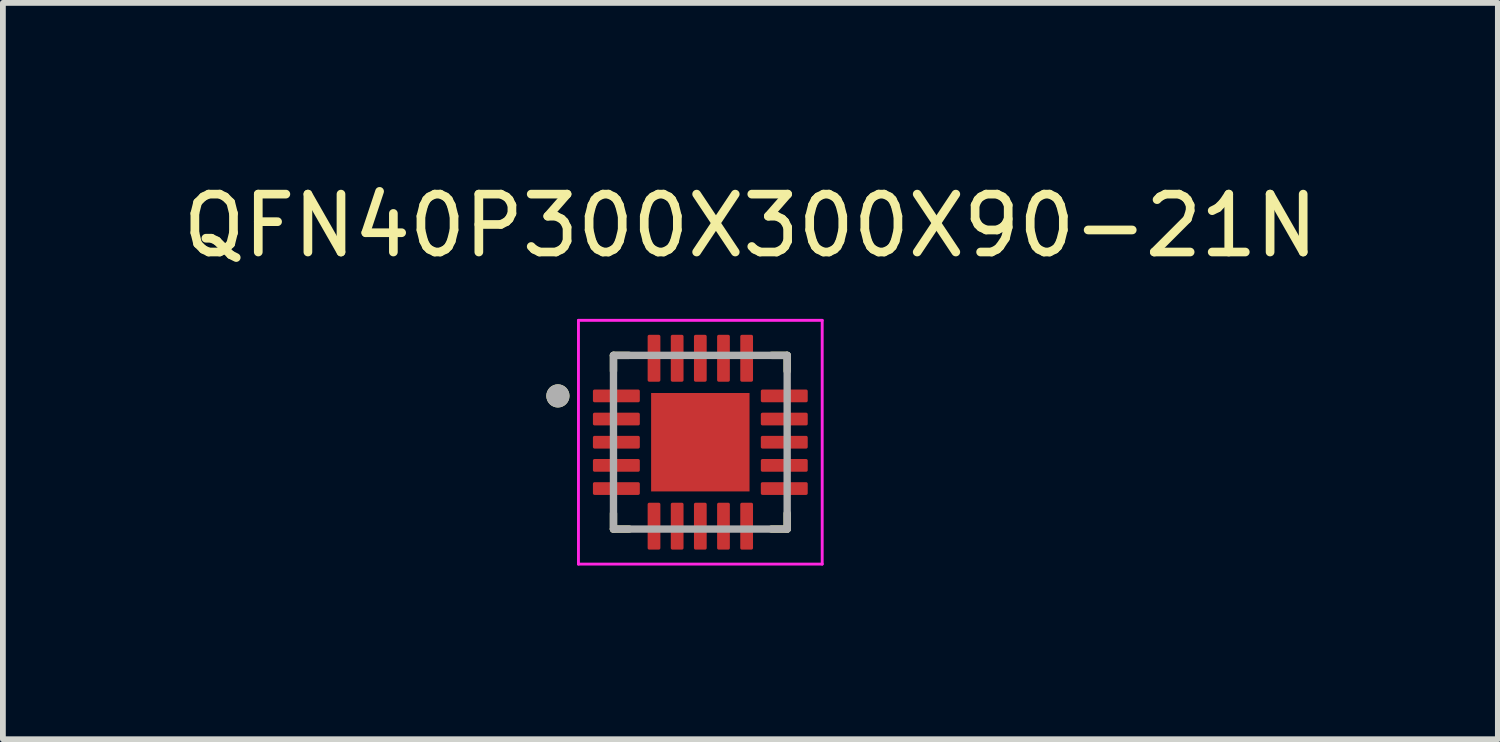
<source format=kicad_pcb>
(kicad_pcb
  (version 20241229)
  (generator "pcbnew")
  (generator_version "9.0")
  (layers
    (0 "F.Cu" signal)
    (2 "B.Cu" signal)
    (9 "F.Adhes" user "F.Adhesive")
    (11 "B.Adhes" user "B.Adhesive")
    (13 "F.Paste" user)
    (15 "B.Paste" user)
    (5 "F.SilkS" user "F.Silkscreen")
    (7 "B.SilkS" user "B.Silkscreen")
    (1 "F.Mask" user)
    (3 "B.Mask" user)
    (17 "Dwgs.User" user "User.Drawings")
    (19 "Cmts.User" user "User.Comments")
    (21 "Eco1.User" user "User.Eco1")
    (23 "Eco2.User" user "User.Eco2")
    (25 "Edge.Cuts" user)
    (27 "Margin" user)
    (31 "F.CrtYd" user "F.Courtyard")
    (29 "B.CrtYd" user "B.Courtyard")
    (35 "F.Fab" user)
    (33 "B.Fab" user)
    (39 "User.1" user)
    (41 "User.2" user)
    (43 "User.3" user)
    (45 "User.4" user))
  (footprint "QFN40P300X300X90-21N"
    (layer "F.Cu")
    (at 9.046 4.588)
    (property "Reference" "QFN40P300X300X90-21N" (at 0.865 -3.74 0) (layer "F.SilkS") (effects (font (size 1 1) (thickness 0.15))))
    (attr smd)
    (fp_line (start -1.5 -1.5) (end -1.5 -1.23) (stroke (width 0.127) (type solid)) (layer "F.SilkS"))
    (fp_line (start -1.5 -1.5) (end -1.23 -1.5) (stroke (width 0.127) (type solid)) (layer "F.SilkS"))
    (fp_line (start -1.5 1.5) (end -1.5 1.23) (stroke (width 0.127) (type solid)) (layer "F.SilkS"))
    (fp_line (start -1.5 1.5) (end -1.23 1.5) (stroke (width 0.127) (type solid)) (layer "F.SilkS"))
    (fp_line (start 1.5 -1.5) (end 1.23 -1.5) (stroke (width 0.127) (type solid)) (layer "F.SilkS"))
    (fp_line (start 1.5 -1.5) (end 1.5 -1.23) (stroke (width 0.127) (type solid)) (layer "F.SilkS"))
    (fp_line (start 1.5 1.5) (end 1.23 1.5) (stroke (width 0.127) (type solid)) (layer "F.SilkS"))
    (fp_line (start 1.5 1.5) (end 1.5 1.23) (stroke (width 0.127) (type solid)) (layer "F.SilkS"))
    (fp_circle (center -2.46 -0.8) (end -2.36 -0.8) (stroke (width 0.2) (type solid)) (fill no) (layer "F.SilkS"))
    (fp_poly (pts (xy -0.54 -0.54) (xy 0.54 -0.54) (xy 0.54 0.54) (xy -0.54 0.54)) (stroke (width 0.01) (type solid)) (fill yes) (layer "F.Paste"))
    (fp_line (start -2.105 -2.105) (end 2.105 -2.105) (stroke (width 0.05) (type solid)) (layer "F.CrtYd"))
    (fp_line (start -2.105 2.105) (end -2.105 -2.105) (stroke (width 0.05) (type solid)) (layer "F.CrtYd"))
    (fp_line (start -2.105 2.105) (end 2.105 2.105) (stroke (width 0.05) (type solid)) (layer "F.CrtYd"))
    (fp_line (start 2.105 2.105) (end 2.105 -2.105) (stroke (width 0.05) (type solid)) (layer "F.CrtYd"))
    (fp_line (start -1.5 1.5) (end -1.5 -1.5) (stroke (width 0.127) (type solid)) (layer "F.Fab"))
    (fp_line (start 1.5 -1.5) (end -1.5 -1.5) (stroke (width 0.127) (type solid)) (layer "F.Fab"))
    (fp_line (start 1.5 1.5) (end -1.5 1.5) (stroke (width 0.127) (type solid)) (layer "F.Fab"))
    (fp_line (start 1.5 1.5) (end 1.5 -1.5) (stroke (width 0.127) (type solid)) (layer "F.Fab"))
    (fp_circle (center -2.46 -0.8) (end -2.36 -0.8) (stroke (width 0.2) (type solid)) (fill no) (layer "F.Fab"))
    (pad "1" smd roundrect (at -1.45 -0.8) (size 0.81 0.22) (layers "F.Cu" "F.Mask" "F.Paste") (roundrect_rratio 0.125))
    (pad "2" smd roundrect (at -1.45 -0.4) (size 0.81 0.22) (layers "F.Cu" "F.Mask" "F.Paste") (roundrect_rratio 0.125))
    (pad "3" smd roundrect (at -1.45 0) (size 0.81 0.22) (layers "F.Cu" "F.Mask" "F.Paste") (roundrect_rratio 0.125))
    (pad "4" smd roundrect (at -1.45 0.4) (size 0.81 0.22) (layers "F.Cu" "F.Mask" "F.Paste") (roundrect_rratio 0.125))
    (pad "5" smd roundrect (at -1.45 0.8) (size 0.81 0.22) (layers "F.Cu" "F.Mask" "F.Paste") (roundrect_rratio 0.125))
    (pad "6" smd roundrect (at -0.8 1.45) (size 0.22 0.81) (layers "F.Cu" "F.Mask" "F.Paste") (roundrect_rratio 0.125))
    (pad "7" smd roundrect (at -0.4 1.45) (size 0.22 0.81) (layers "F.Cu" "F.Mask" "F.Paste") (roundrect_rratio 0.125))
    (pad "8" smd roundrect (at 0 1.45) (size 0.22 0.81) (layers "F.Cu" "F.Mask" "F.Paste") (roundrect_rratio 0.125))
    (pad "9" smd roundrect (at 0.4 1.45) (size 0.22 0.81) (layers "F.Cu" "F.Mask" "F.Paste") (roundrect_rratio 0.125))
    (pad "10" smd roundrect (at 0.8 1.45) (size 0.22 0.81) (layers "F.Cu" "F.Mask" "F.Paste") (roundrect_rratio 0.125))
    (pad "11" smd roundrect (at 1.45 0.8) (size 0.81 0.22) (layers "F.Cu" "F.Mask" "F.Paste") (roundrect_rratio 0.125))
    (pad "12" smd roundrect (at 1.45 0.4) (size 0.81 0.22) (layers "F.Cu" "F.Mask" "F.Paste") (roundrect_rratio 0.125))
    (pad "13" smd roundrect (at 1.45 0) (size 0.81 0.22) (layers "F.Cu" "F.Mask" "F.Paste") (roundrect_rratio 0.125))
    (pad "14" smd roundrect (at 1.45 -0.4) (size 0.81 0.22) (layers "F.Cu" "F.Mask" "F.Paste") (roundrect_rratio 0.125))
    (pad "15" smd roundrect (at 1.45 -0.8) (size 0.81 0.22) (layers "F.Cu" "F.Mask" "F.Paste") (roundrect_rratio 0.125))
    (pad "16" smd roundrect (at 0.8 -1.45) (size 0.22 0.81) (layers "F.Cu" "F.Mask" "F.Paste") (roundrect_rratio 0.125))
    (pad "17" smd roundrect (at 0.4 -1.45) (size 0.22 0.81) (layers "F.Cu" "F.Mask" "F.Paste") (roundrect_rratio 0.125))
    (pad "18" smd roundrect (at 0 -1.45) (size 0.22 0.81) (layers "F.Cu" "F.Mask" "F.Paste") (roundrect_rratio 0.125))
    (pad "19" smd roundrect (at -0.4 -1.45) (size 0.22 0.81) (layers "F.Cu" "F.Mask" "F.Paste") (roundrect_rratio 0.125))
    (pad "20" smd roundrect (at -0.8 -1.45) (size 0.22 0.81) (layers "F.Cu" "F.Mask" "F.Paste") (roundrect_rratio 0.125))
    (pad "21" smd rect (at 0 0) (size 1.7 1.7) (layers "F.Cu" "F.Mask")))
  (gr_rect
    (start -3 -3)
    (end 22.821 9.718)
    (stroke (width 0.1) (type default))
    (fill no)
    (layer "Edge.Cuts")))
</source>
